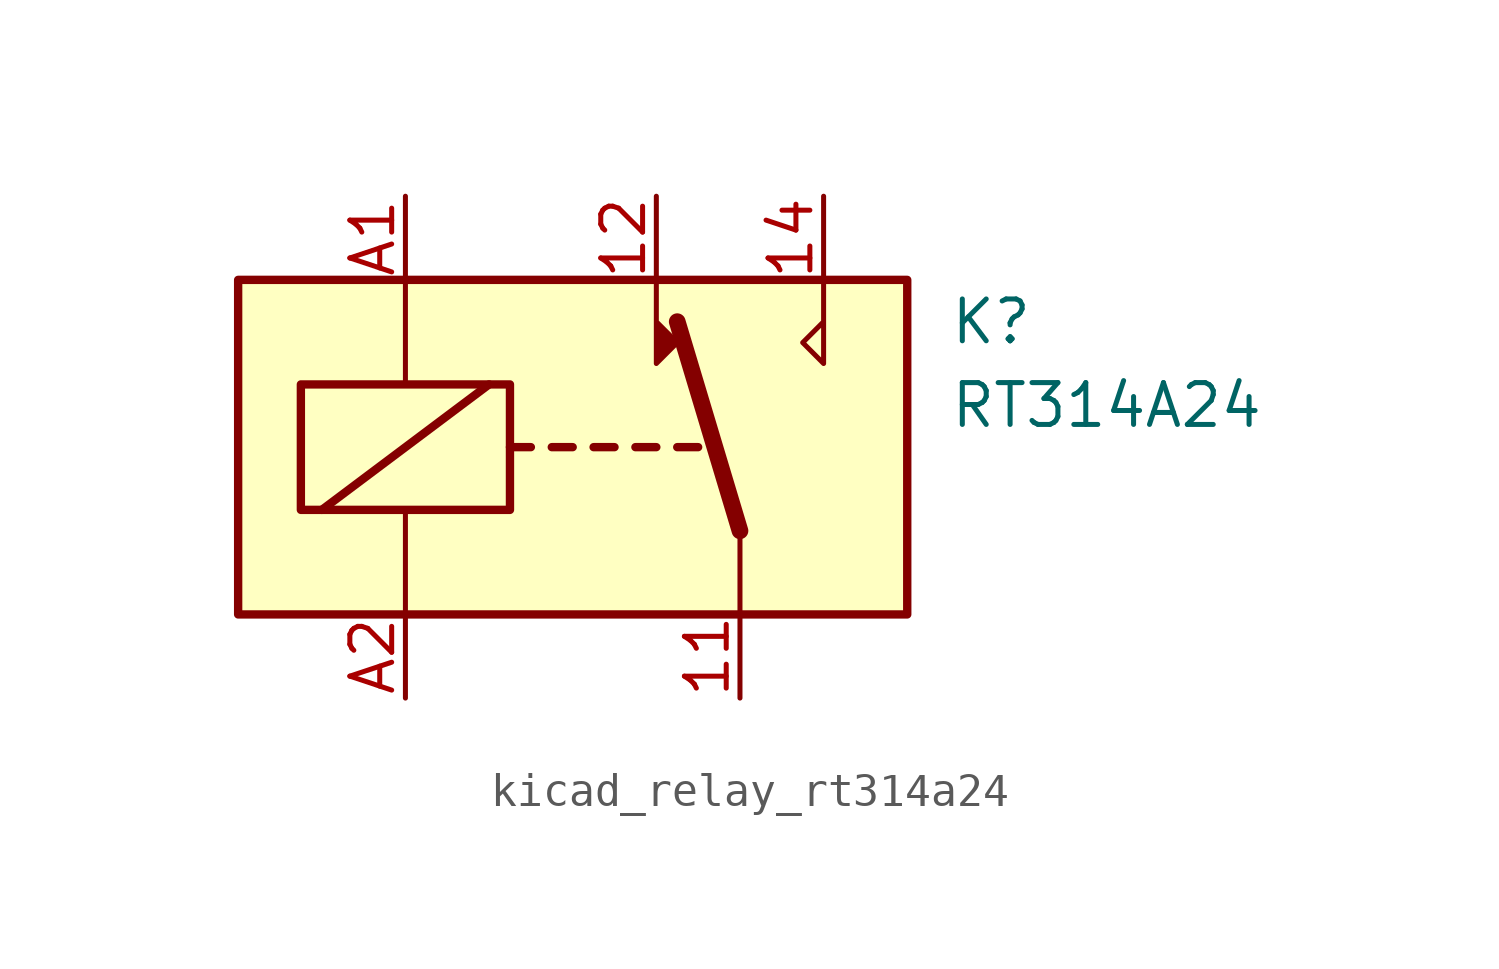
<source format=kicad_sym>
(kicad_symbol_lib
  (version 20220914)
  (generator kicad_symbol_editor)
  (symbol "kicad_relay_rt314a24"
    (property "Reference" "K"
      (at 11.43 3.81 0)
      (effects (font (size 1.27 1.27)) (justify left)))
    (property "Value" "RT314A24"
      (at 11.43 1.27 0)
      (effects (font (size 1.27 1.27)) (justify left)))
    (symbol "kicad_relay_rt314a24_0_0"
      (polyline (pts (xy -2.54 1.905) (xy -7.62 -1.905)) (stroke (width 0.254) (type default)) (fill (type none))))
    (symbol "kicad_relay_rt314a24_0_1"
      (rectangle (start -10.16 5.08) (end 10.16 -5.08) (stroke (width 0.254) (type default)) (fill (type background)))
      (rectangle (start -8.255 1.905) (end -1.905 -1.905) (stroke (width 0.254) (type default)) (fill (type none)))
      (polyline (pts (xy -5.08 -5.08) (xy -5.08 -1.905)) (stroke (width 0) (type default)) (fill (type none)))
      (polyline (pts (xy -5.08 5.08) (xy -5.08 1.905)) (stroke (width 0) (type default)) (fill (type none)))
      (polyline (pts (xy -1.905 0) (xy -1.27 0)) (stroke (width 0.254) (type default)) (fill (type none)))
      (polyline (pts (xy -0.635 0) (xy 0 0)) (stroke (width 0.254) (type default)) (fill (type none)))
      (polyline (pts (xy 0.635 0) (xy 1.27 0)) (stroke (width 0.254) (type default)) (fill (type none)))
      (polyline (pts (xy 1.905 0) (xy 2.54 0)) (stroke (width 0.254) (type default)) (fill (type none)))
      (polyline (pts (xy 3.175 0) (xy 3.81 0)) (stroke (width 0.254) (type default)) (fill (type none)))
      (polyline (pts (xy 5.08 -2.54) (xy 3.175 3.81)) (stroke (width 0.508) (type default)) (fill (type none)))
      (polyline (pts (xy 5.08 -2.54) (xy 5.08 -5.08)) (stroke (width 0) (type default)) (fill (type none)))
      (polyline (pts (xy 2.54 5.08) (xy 2.54 2.54) (xy 3.175 3.175) (xy 2.54 3.81)) (stroke (width 0) (type default)) (fill (type outline)))
      (polyline (pts (xy 7.62 5.08) (xy 7.62 2.54) (xy 6.985 3.175) (xy 7.62 3.81)) (stroke (width 0) (type default)) (fill (type none))))
    (symbol "kicad_relay_rt314a24_1_1"
      (pin passive line (at 5.08 -7.62 90) (length 2.54) (name "~" (effects (font (size 1.27 1.27)))) (number "11" (effects (font (size 1.27 1.27)))))
      (pin passive line (at 2.54 7.62 270) (length 2.54) (name "~" (effects (font (size 1.27 1.27)))) (number "12" (effects (font (size 1.27 1.27)))))
      (pin passive line (at 7.62 7.62 270) (length 2.54) (name "~" (effects (font (size 1.27 1.27)))) (number "14" (effects (font (size 1.27 1.27)))))
      (pin passive line (at -5.08 7.62 270) (length 2.54) (name "~" (effects (font (size 1.27 1.27)))) (number "A1" (effects (font (size 1.27 1.27)))))
      (pin passive line (at -5.08 -7.62 90) (length 2.54) (name "~" (effects (font (size 1.27 1.27)))) (number "A2" (effects (font (size 1.27 1.27))))))))
</source>
